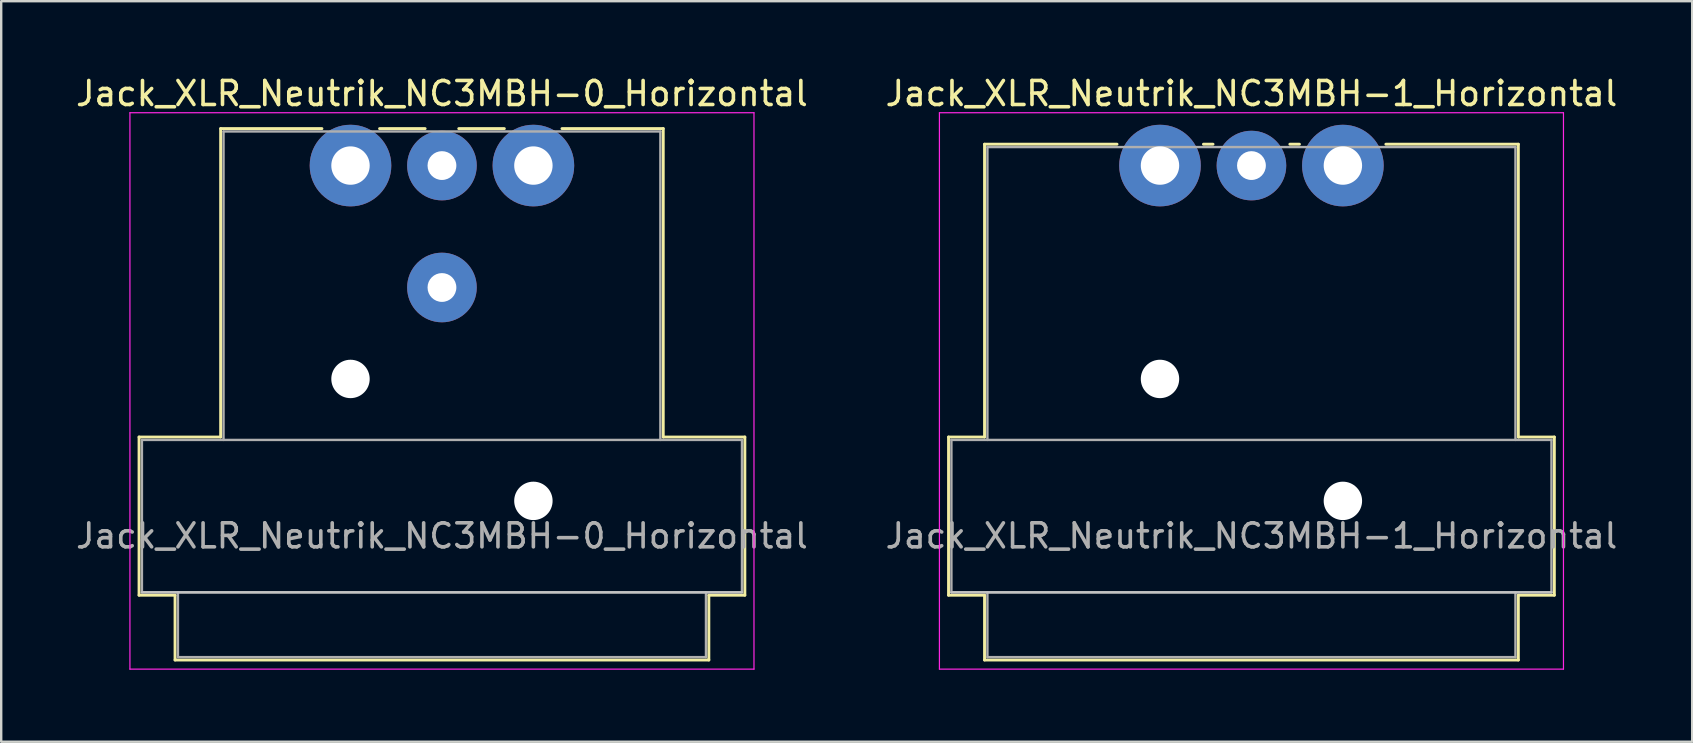
<source format=kicad_pcb>
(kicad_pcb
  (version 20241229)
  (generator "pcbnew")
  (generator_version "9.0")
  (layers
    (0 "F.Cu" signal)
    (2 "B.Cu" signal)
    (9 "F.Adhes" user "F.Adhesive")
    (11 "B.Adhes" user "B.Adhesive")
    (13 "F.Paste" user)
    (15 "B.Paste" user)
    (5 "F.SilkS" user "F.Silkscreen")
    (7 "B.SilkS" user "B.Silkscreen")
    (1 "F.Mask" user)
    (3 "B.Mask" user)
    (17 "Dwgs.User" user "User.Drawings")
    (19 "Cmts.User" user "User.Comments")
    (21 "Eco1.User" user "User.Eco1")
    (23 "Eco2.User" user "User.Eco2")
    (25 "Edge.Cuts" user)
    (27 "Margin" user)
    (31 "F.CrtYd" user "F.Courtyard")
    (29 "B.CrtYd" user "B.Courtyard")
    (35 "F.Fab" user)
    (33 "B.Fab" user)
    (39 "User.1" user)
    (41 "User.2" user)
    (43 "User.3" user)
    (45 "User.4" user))
  (footprint "Jack_XLR_Neutrik_NC3MBH-1_Horizontal"
    (layer "F.Cu")
    (at 45.279 3.848)
    (property "Reference" "Jack_XLR_Neutrik_NC3MBH-1_Horizontal" (at 3.81 -3 0) (layer "F.SilkS") (effects (font (size 1 1) (thickness 0.15))))
    (attr through_hole)
    (fp_line (start -8.81 11.31) (end -7.31 11.31) (stroke (width 0.12) (type solid)) (layer "F.SilkS"))
    (fp_line (start -8.81 17.9) (end -8.81 11.31) (stroke (width 0.12) (type solid)) (layer "F.SilkS"))
    (fp_line (start -7.31 11.31) (end -7.31 -0.89) (stroke (width 0.12) (type solid)) (layer "F.SilkS"))
    (fp_line (start -7.31 17.9) (end -8.81 17.9) (stroke (width 0.12) (type solid)) (layer "F.SilkS"))
    (fp_line (start -7.31 17.9) (end -7.31 20.6) (stroke (width 0.12) (type solid)) (layer "F.SilkS"))
    (fp_line (start -1.79 -0.89) (end -7.31 -0.89) (stroke (width 0.12) (type solid)) (layer "F.SilkS"))
    (fp_line (start 2.21 -0.89) (end 1.81 -0.89) (stroke (width 0.12) (type solid)) (layer "F.SilkS"))
    (fp_line (start 5.41 -0.89) (end 5.81 -0.89) (stroke (width 0.12) (type solid)) (layer "F.SilkS"))
    (fp_line (start 14.93 -0.89) (end 9.41 -0.89) (stroke (width 0.12) (type solid)) (layer "F.SilkS"))
    (fp_line (start 14.93 11.31) (end 14.93 -0.89) (stroke (width 0.12) (type solid)) (layer "F.SilkS"))
    (fp_line (start 14.93 11.31) (end 16.43 11.31) (stroke (width 0.12) (type solid)) (layer "F.SilkS"))
    (fp_line (start 14.93 17.9) (end 14.93 20.6) (stroke (width 0.12) (type solid)) (layer "F.SilkS"))
    (fp_line (start 14.93 20.6) (end -7.31 20.6) (stroke (width 0.12) (type solid)) (layer "F.SilkS"))
    (fp_line (start 16.43 17.9) (end 14.93 17.9) (stroke (width 0.12) (type solid)) (layer "F.SilkS"))
    (fp_line (start 16.43 17.9) (end 16.43 11.31) (stroke (width 0.12) (type solid)) (layer "F.SilkS"))
    (fp_line (start 16.31 17.78) (end -8.69 17.78) (stroke (width 0.1) (type solid)) (layer "Dwgs.User"))
    (fp_line (start -9.19 20.98) (end -9.19 -2.2) (stroke (width 0.05) (type solid)) (layer "F.CrtYd"))
    (fp_line (start 16.81 -2.2) (end -9.19 -2.2) (stroke (width 0.05) (type solid)) (layer "F.CrtYd"))
    (fp_line (start 16.81 20.98) (end -9.19 20.98) (stroke (width 0.05) (type solid)) (layer "F.CrtYd"))
    (fp_line (start 16.81 20.98) (end 16.81 -2.2) (stroke (width 0.05) (type solid)) (layer "F.CrtYd"))
    (fp_line (start -8.69 11.43) (end 16.31 11.43) (stroke (width 0.1) (type solid)) (layer "F.Fab"))
    (fp_line (start -8.69 17.78) (end -8.69 11.43) (stroke (width 0.1) (type solid)) (layer "F.Fab"))
    (fp_line (start -7.19 -0.77) (end -7.19 11.43) (stroke (width 0.1) (type solid)) (layer "F.Fab"))
    (fp_line (start -7.19 20.48) (end -7.19 17.78) (stroke (width 0.1) (type solid)) (layer "F.Fab"))
    (fp_line (start 14.81 -0.77) (end -7.19 -0.77) (stroke (width 0.1) (type solid)) (layer "F.Fab"))
    (fp_line (start 14.81 11.43) (end 14.81 -0.77) (stroke (width 0.1) (type solid)) (layer "F.Fab"))
    (fp_line (start 14.81 17.78) (end 14.81 20.48) (stroke (width 0.1) (type solid)) (layer "F.Fab"))
    (fp_line (start 14.81 20.48) (end -7.19 20.48) (stroke (width 0.1) (type solid)) (layer "F.Fab"))
    (fp_line (start 16.31 11.43) (end 16.31 17.78) (stroke (width 0.1) (type solid)) (layer "F.Fab"))
    (fp_line (start 16.31 17.78) (end -8.69 17.78) (stroke (width 0.1) (type solid)) (layer "F.Fab"))
    (fp_text user "${REFERENCE}" (at 3.81 15.43 0) (layer "F.Fab") (effects (font (size 1 1) (thickness 0.15))))
    (pad "" np_thru_hole circle (at 0 8.89) (size 1.6 1.6) (drill 1.6) (layers "*.Cu" "*.Mask"))
    (pad "" np_thru_hole circle (at 7.62 13.97) (size 1.6 1.6) (drill 1.6) (layers "*.Cu" "*.Mask"))
    (pad "1" thru_hole circle (at 0 0) (size 3.4 3.4) (drill 1.6) (layers "*.Cu" "*.Mask"))
    (pad "2" thru_hole circle (at 7.62 0) (size 3.4 3.4) (drill 1.6) (layers "*.Cu" "*.Mask"))
    (pad "3" thru_hole circle (at 3.81 0) (size 2.9 2.9) (drill 1.2) (layers "*.Cu" "*.Mask")))
  (footprint "Jack_XLR_Neutrik_NC3MBH-0_Horizontal"
    (layer "F.Cu")
    (at 11.553 3.848)
    (property "Reference" "Jack_XLR_Neutrik_NC3MBH-0_Horizontal" (at 3.81 -3 0) (layer "F.SilkS") (effects (font (size 1 1) (thickness 0.15))))
    (attr through_hole)
    (fp_line (start -8.81 11.31) (end -5.41 11.31) (stroke (width 0.12) (type solid)) (layer "F.SilkS"))
    (fp_line (start -8.81 17.9) (end -8.81 11.31) (stroke (width 0.12) (type solid)) (layer "F.SilkS"))
    (fp_line (start -7.31 17.9) (end -8.81 17.9) (stroke (width 0.12) (type solid)) (layer "F.SilkS"))
    (fp_line (start -7.31 17.9) (end -7.31 20.6) (stroke (width 0.12) (type solid)) (layer "F.SilkS"))
    (fp_line (start -5.41 11.31) (end -5.41 -1.54) (stroke (width 0.12) (type solid)) (layer "F.SilkS"))
    (fp_line (start -1.19 -1.54) (end -5.41 -1.54) (stroke (width 0.12) (type solid)) (layer "F.SilkS"))
    (fp_line (start 3.11 -1.54) (end 1.21 -1.54) (stroke (width 0.12) (type solid)) (layer "F.SilkS"))
    (fp_line (start 4.51 -1.54) (end 6.41 -1.54) (stroke (width 0.12) (type solid)) (layer "F.SilkS"))
    (fp_line (start 13.03 -1.54) (end 8.81 -1.54) (stroke (width 0.12) (type solid)) (layer "F.SilkS"))
    (fp_line (start 13.03 11.31) (end 13.03 -1.54) (stroke (width 0.12) (type solid)) (layer "F.SilkS"))
    (fp_line (start 13.03 11.31) (end 16.43 11.31) (stroke (width 0.12) (type solid)) (layer "F.SilkS"))
    (fp_line (start 14.93 17.9) (end 14.93 20.6) (stroke (width 0.12) (type solid)) (layer "F.SilkS"))
    (fp_line (start 14.93 20.6) (end -7.31 20.6) (stroke (width 0.12) (type solid)) (layer "F.SilkS"))
    (fp_line (start 16.43 17.9) (end 14.93 17.9) (stroke (width 0.12) (type solid)) (layer "F.SilkS"))
    (fp_line (start 16.43 17.9) (end 16.43 11.31) (stroke (width 0.12) (type solid)) (layer "F.SilkS"))
    (fp_line (start 16.31 17.78) (end -8.69 17.78) (stroke (width 0.1) (type solid)) (layer "Dwgs.User"))
    (fp_line (start -9.19 20.98) (end -9.19 -2.2) (stroke (width 0.05) (type solid)) (layer "F.CrtYd"))
    (fp_line (start 16.81 -2.2) (end -9.19 -2.2) (stroke (width 0.05) (type solid)) (layer "F.CrtYd"))
    (fp_line (start 16.81 20.98) (end -9.19 20.98) (stroke (width 0.05) (type solid)) (layer "F.CrtYd"))
    (fp_line (start 16.81 20.98) (end 16.81 -2.2) (stroke (width 0.05) (type solid)) (layer "F.CrtYd"))
    (fp_line (start -8.69 11.43) (end 16.31 11.43) (stroke (width 0.1) (type solid)) (layer "F.Fab"))
    (fp_line (start -8.69 17.78) (end -8.69 11.43) (stroke (width 0.1) (type solid)) (layer "F.Fab"))
    (fp_line (start -7.19 20.48) (end -7.19 17.78) (stroke (width 0.1) (type solid)) (layer "F.Fab"))
    (fp_line (start -5.29 -1.42) (end -5.29 11.43) (stroke (width 0.1) (type solid)) (layer "F.Fab"))
    (fp_line (start 12.91 -1.42) (end -5.29 -1.42) (stroke (width 0.1) (type solid)) (layer "F.Fab"))
    (fp_line (start 12.91 11.43) (end 12.91 -1.42) (stroke (width 0.1) (type solid)) (layer "F.Fab"))
    (fp_line (start 14.81 17.78) (end 14.81 20.48) (stroke (width 0.1) (type solid)) (layer "F.Fab"))
    (fp_line (start 14.81 20.48) (end -7.19 20.48) (stroke (width 0.1) (type solid)) (layer "F.Fab"))
    (fp_line (start 16.31 11.43) (end 16.31 17.78) (stroke (width 0.1) (type solid)) (layer "F.Fab"))
    (fp_line (start 16.31 17.78) (end -8.69 17.78) (stroke (width 0.1) (type solid)) (layer "F.Fab"))
    (fp_text user "${REFERENCE}" (at 3.81 15.43 0) (layer "F.Fab") (effects (font (size 1 1) (thickness 0.15))))
    (pad "" np_thru_hole circle (at 0 8.89) (size 1.6 1.6) (drill 1.6) (layers "*.Cu" "*.Mask"))
    (pad "" np_thru_hole circle (at 7.62 13.97) (size 1.6 1.6) (drill 1.6) (layers "*.Cu" "*.Mask"))
    (pad "1" thru_hole circle (at 0 0) (size 3.4 3.4) (drill 1.6) (layers "*.Cu" "*.Mask"))
    (pad "2" thru_hole circle (at 7.62 0) (size 3.4 3.4) (drill 1.6) (layers "*.Cu" "*.Mask"))
    (pad "3" thru_hole circle (at 3.81 0) (size 2.9 2.9) (drill 1.2) (layers "*.Cu" "*.Mask"))
    (pad "G" thru_hole circle (at 3.81 5.08) (size 2.9 2.9) (drill 1.2) (layers "*.Cu" "*.Mask")))
  (gr_rect
    (start -3 -3)
    (end 67.452 27.853)
    (stroke (width 0.1) (type default))
    (fill no)
    (layer "Edge.Cuts")))
</source>
